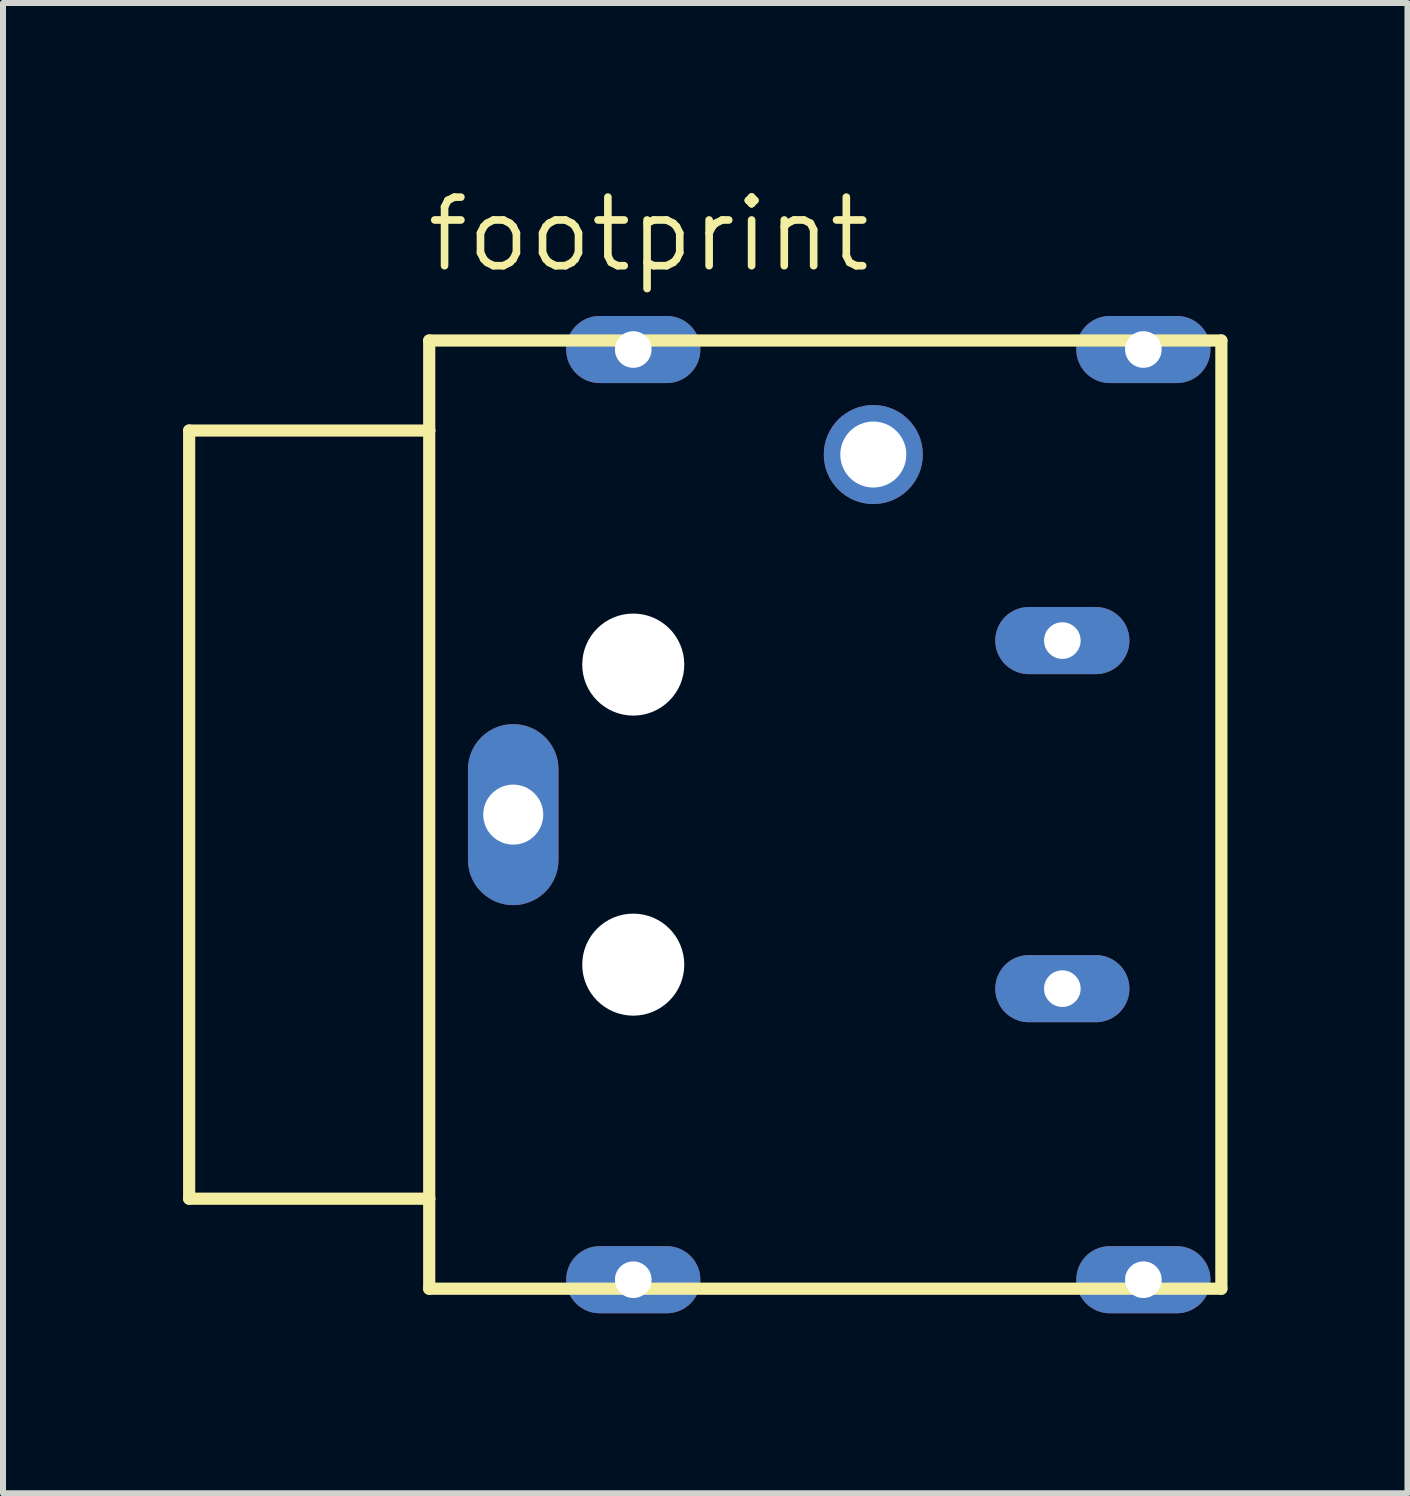
<source format=kicad_pcb>
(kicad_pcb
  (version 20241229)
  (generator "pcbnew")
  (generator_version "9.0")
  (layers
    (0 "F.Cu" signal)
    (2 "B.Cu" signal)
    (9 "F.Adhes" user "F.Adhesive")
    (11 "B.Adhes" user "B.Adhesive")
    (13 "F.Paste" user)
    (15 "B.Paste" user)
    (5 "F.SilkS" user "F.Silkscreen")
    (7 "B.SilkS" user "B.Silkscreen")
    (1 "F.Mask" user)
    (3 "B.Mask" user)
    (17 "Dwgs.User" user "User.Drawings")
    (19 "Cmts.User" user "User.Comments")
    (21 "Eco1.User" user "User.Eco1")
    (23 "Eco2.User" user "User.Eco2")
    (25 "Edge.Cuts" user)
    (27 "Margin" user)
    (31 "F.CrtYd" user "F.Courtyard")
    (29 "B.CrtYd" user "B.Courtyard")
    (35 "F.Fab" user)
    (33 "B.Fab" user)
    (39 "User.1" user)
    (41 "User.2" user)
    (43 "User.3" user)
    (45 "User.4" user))
  (footprint "footprint"
    (layer "F.Cu")
    (at 11.002 10.524)
    (property "Reference" "footprint" (at -7 -9 0) (layer "F.SilkS") (effects (font (size 1.143 1.143) (thickness 0.127)) (justify left bottom)))
    (fp_line (start -10.9 -6.4) (end -6.9 -6.4) (stroke (width 0.203) (type solid)) (layer "F.SilkS"))
    (fp_line (start -10.9 6.4) (end -10.9 -6.4) (stroke (width 0.203) (type solid)) (layer "F.SilkS"))
    (fp_line (start -6.9 -7.9) (end 6.3 -7.9) (stroke (width 0.203) (type solid)) (layer "F.SilkS"))
    (fp_line (start -6.9 -6.4) (end -6.9 -7.9) (stroke (width 0.203) (type solid)) (layer "F.SilkS"))
    (fp_line (start -6.9 6.4) (end -10.9 6.4) (stroke (width 0.203) (type solid)) (layer "F.SilkS"))
    (fp_line (start -6.9 6.4) (end -6.9 -6.4) (stroke (width 0.203) (type solid)) (layer "F.SilkS"))
    (fp_line (start -6.9 7.9) (end -6.9 6.4) (stroke (width 0.203) (type solid)) (layer "F.SilkS"))
    (fp_line (start 6.3 -7.9) (end 6.3 7.9) (stroke (width 0.203) (type solid)) (layer "F.SilkS"))
    (fp_line (start 6.3 7.9) (end -6.9 7.9) (stroke (width 0.203) (type solid)) (layer "F.SilkS"))
    (pad "" np_thru_hole circle (at -3.5 -2.5) (size 1.7 1.7) (drill 1.7) (layers "*.Cu" "*.Mask"))
    (pad "" np_thru_hole circle (at -3.5 2.5) (size 1.7 1.7) (drill 1.7) (layers "*.Cu" "*.Mask"))
    (pad "1" thru_hole oval (at 3.65 2.9) (size 2.235 1.118) (drill 0.61) (layers "*.Cu" "*.Mask"))
    (pad "2" thru_hole oval (at 3.65 -2.9) (size 2.235 1.118) (drill 0.61) (layers "*.Cu" "*.Mask"))
    (pad "3" thru_hole circle (at 0.5 -6) (size 1.65 1.65) (drill 1.1) (layers "*.Cu" "*.Mask"))
    (pad "S" thru_hole oval (at -5.5 0 90) (size 3.016 1.508) (drill 1) (layers "*.Cu" "*.Mask"))
    (pad "S@1" thru_hole oval (at -3.5 -7.75) (size 2.235 1.118) (drill 0.61) (layers "*.Cu" "*.Mask"))
    (pad "S@4" thru_hole oval (at -3.5 7.75) (size 2.235 1.118) (drill 0.61) (layers "*.Cu" "*.Mask"))
    (pad "SQ2" thru_hole oval (at 5 -7.75) (size 2.235 1.118) (drill 0.61) (layers "*.Cu" "*.Mask"))
    (pad "SQ3" thru_hole oval (at 5 7.75) (size 2.235 1.118) (drill 0.61) (layers "*.Cu" "*.Mask")))
  (gr_rect
    (start -3 -3)
    (end 20.403 21.833)
    (stroke (width 0.1) (type default))
    (fill no)
    (layer "Edge.Cuts")))
</source>
